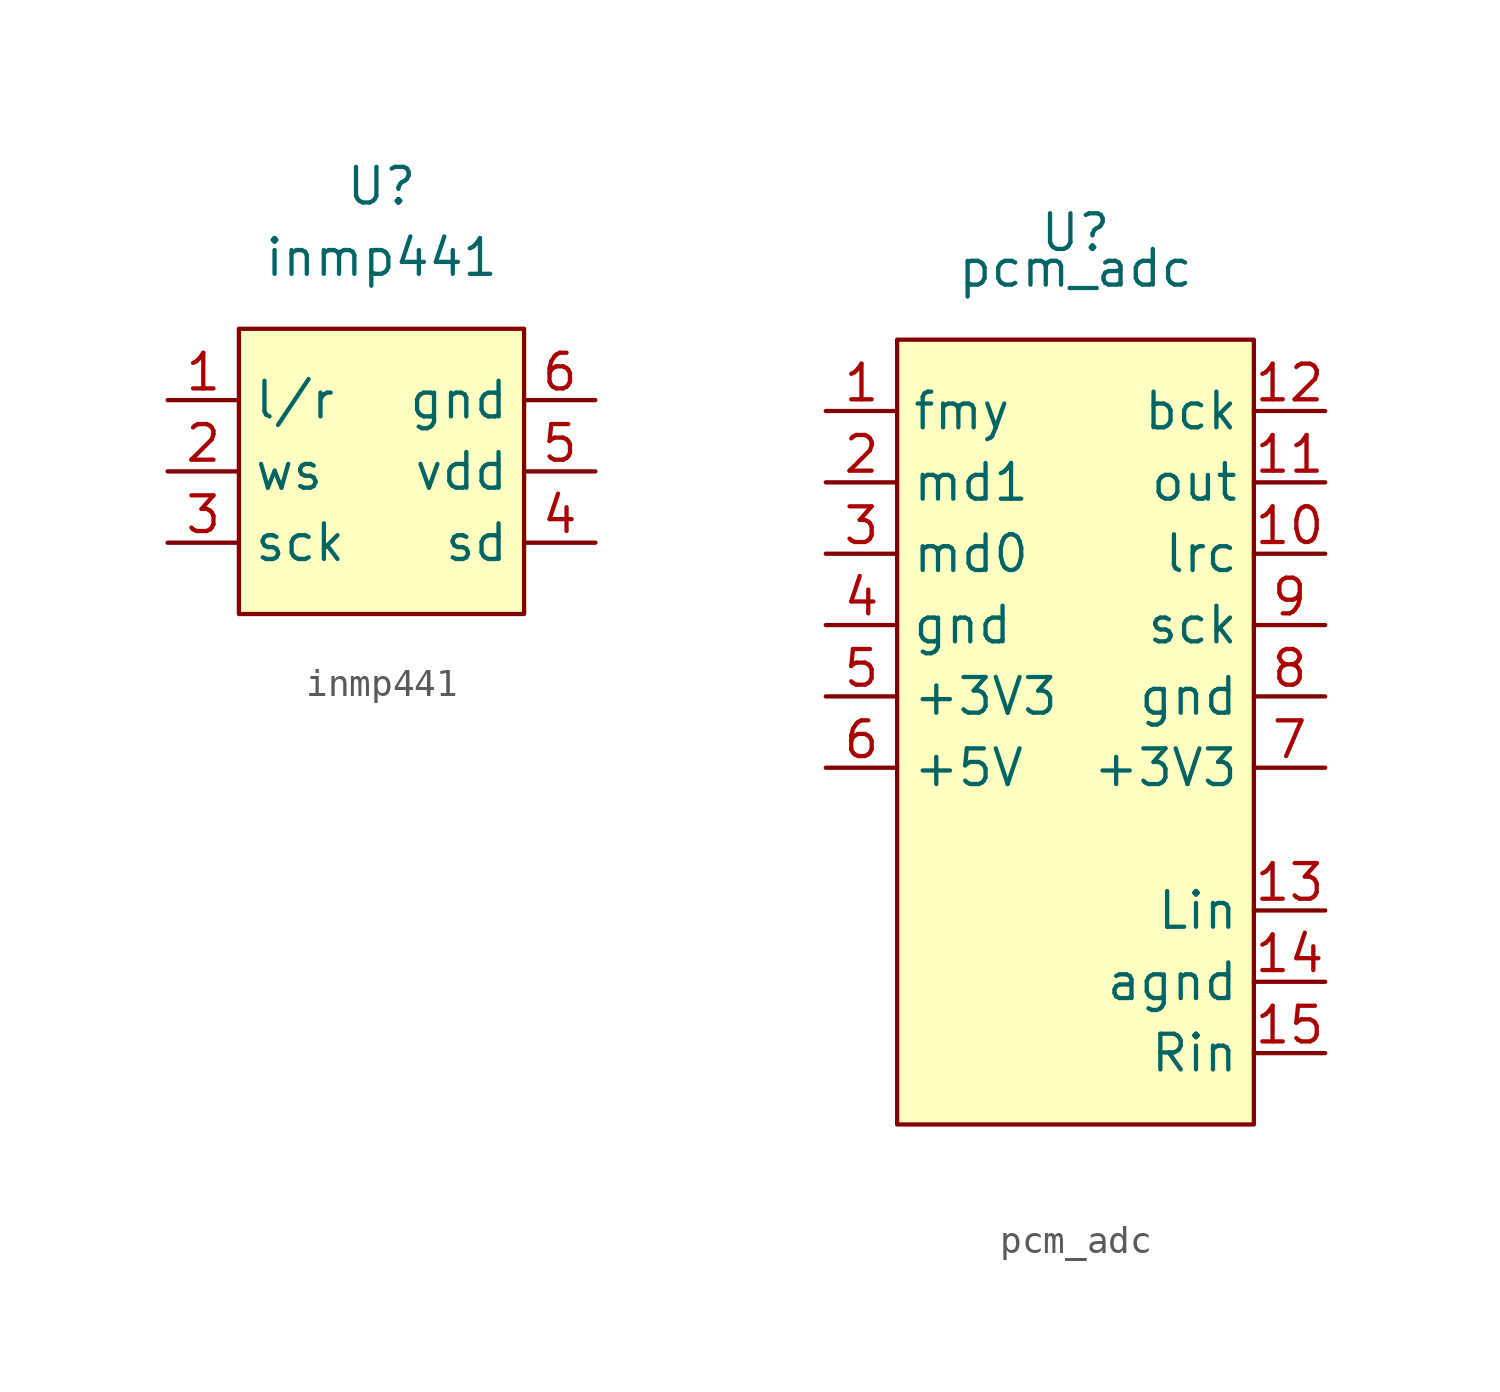
<source format=kicad_sym>
(kicad_symbol_lib
  (version 20211014)
  (generator kicad_symbol_editor)
  (symbol "inmp441"
    (property "Reference" "U"
      (at 0 2.54 0)
      (effects (font (size 1.27 1.27))))
    (property "Value" "inmp441"
      (at 0 0 0)
      (effects (font (size 1.27 1.27))))
    (symbol "inmp441_0_1"
      (rectangle (start -5.08 -2.54) (end 5.08 -12.7) (stroke (width 0) (type default) (color 0 0 0 0)) (fill (type background))))
    (symbol "inmp441_1_1"
      (pin input line (at -7.62 -5.08 0) (length 2.54) (name "l/r" (effects (font (size 1.27 1.27)))) (number "1" (effects (font (size 1.27 1.27)))))
      (pin input line (at -7.62 -7.62 0) (length 2.54) (name "ws" (effects (font (size 1.27 1.27)))) (number "2" (effects (font (size 1.27 1.27)))))
      (pin input line (at -7.62 -10.16 0) (length 2.54) (name "sck" (effects (font (size 1.27 1.27)))) (number "3" (effects (font (size 1.27 1.27)))))
      (pin input line (at 7.62 -10.16 180) (length 2.54) (name "sd" (effects (font (size 1.27 1.27)))) (number "4" (effects (font (size 1.27 1.27)))))
      (pin power_in line (at 7.62 -7.62 180) (length 2.54) (name "vdd" (effects (font (size 1.27 1.27)))) (number "5" (effects (font (size 1.27 1.27)))))
      (pin power_in line (at 7.62 -5.08 180) (length 2.54) (name "gnd" (effects (font (size 1.27 1.27)))) (number "6" (effects (font (size 1.27 1.27)))))))
  (symbol "pcm_adc"
    (property "Reference" "U"
      (at 0 1.27 0)
      (effects (font (size 1.27 1.27))))
    (property "Value" "pcm_adc"
      (at 0 0 0)
      (effects (font (size 1.27 1.27))))
    (symbol "pcm_adc_0_1"
      (rectangle (start -6.35 -2.54) (end 6.35 -30.48) (stroke (width 0) (type default) (color 0 0 0 0)) (fill (type background))))
    (symbol "pcm_adc_1_1"
      (pin input line (at -8.89 -5.08 0) (length 2.54) (name "fmy" (effects (font (size 1.27 1.27)))) (number "1" (effects (font (size 1.27 1.27)))))
      (pin input line (at 8.89 -10.16 180) (length 2.54) (name "lrc" (effects (font (size 1.27 1.27)))) (number "10" (effects (font (size 1.27 1.27)))))
      (pin output line (at 8.89 -7.62 180) (length 2.54) (name "out" (effects (font (size 1.27 1.27)))) (number "11" (effects (font (size 1.27 1.27)))))
      (pin input line (at 8.89 -5.08 180) (length 2.54) (name "bck" (effects (font (size 1.27 1.27)))) (number "12" (effects (font (size 1.27 1.27)))))
      (pin input line (at 8.89 -22.86 180) (length 2.54) (name "Lin" (effects (font (size 1.27 1.27)))) (number "13" (effects (font (size 1.27 1.27)))))
      (pin power_in line (at 8.89 -25.4 180) (length 2.54) (name "agnd" (effects (font (size 1.27 1.27)))) (number "14" (effects (font (size 1.27 1.27)))))
      (pin input line (at 8.89 -27.94 180) (length 2.54) (name "Rin" (effects (font (size 1.27 1.27)))) (number "15" (effects (font (size 1.27 1.27)))))
      (pin input line (at -8.89 -7.62 0) (length 2.54) (name "md1" (effects (font (size 1.27 1.27)))) (number "2" (effects (font (size 1.27 1.27)))))
      (pin input line (at -8.89 -10.16 0) (length 2.54) (name "md0" (effects (font (size 1.27 1.27)))) (number "3" (effects (font (size 1.27 1.27)))))
      (pin power_in line (at -8.89 -12.7 0) (length 2.54) (name "gnd" (effects (font (size 1.27 1.27)))) (number "4" (effects (font (size 1.27 1.27)))))
      (pin power_in line (at -8.89 -15.24 0) (length 2.54) (name "+3V3" (effects (font (size 1.27 1.27)))) (number "5" (effects (font (size 1.27 1.27)))))
      (pin power_in line (at -8.89 -17.78 0) (length 2.54) (name "+5V" (effects (font (size 1.27 1.27)))) (number "6" (effects (font (size 1.27 1.27)))))
      (pin power_in line (at 8.89 -17.78 180) (length 2.54) (name "+3V3" (effects (font (size 1.27 1.27)))) (number "7" (effects (font (size 1.27 1.27)))))
      (pin power_in line (at 8.89 -15.24 180) (length 2.54) (name "gnd" (effects (font (size 1.27 1.27)))) (number "8" (effects (font (size 1.27 1.27)))))
      (pin input line (at 8.89 -12.7 180) (length 2.54) (name "sck" (effects (font (size 1.27 1.27)))) (number "9" (effects (font (size 1.27 1.27))))))))
</source>
